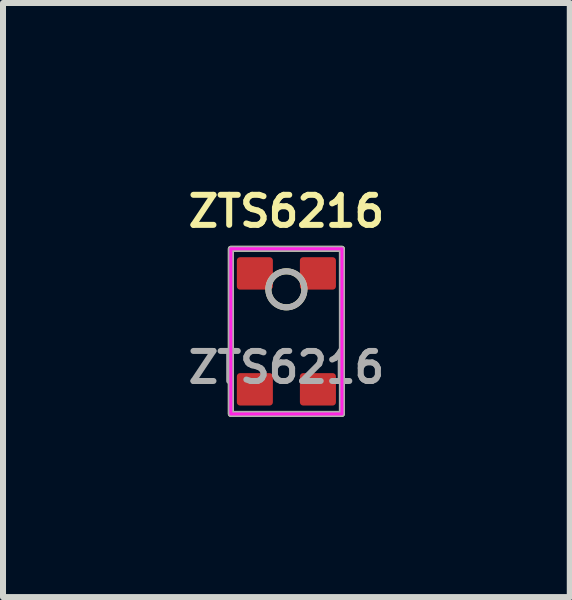
<source format=kicad_pcb>
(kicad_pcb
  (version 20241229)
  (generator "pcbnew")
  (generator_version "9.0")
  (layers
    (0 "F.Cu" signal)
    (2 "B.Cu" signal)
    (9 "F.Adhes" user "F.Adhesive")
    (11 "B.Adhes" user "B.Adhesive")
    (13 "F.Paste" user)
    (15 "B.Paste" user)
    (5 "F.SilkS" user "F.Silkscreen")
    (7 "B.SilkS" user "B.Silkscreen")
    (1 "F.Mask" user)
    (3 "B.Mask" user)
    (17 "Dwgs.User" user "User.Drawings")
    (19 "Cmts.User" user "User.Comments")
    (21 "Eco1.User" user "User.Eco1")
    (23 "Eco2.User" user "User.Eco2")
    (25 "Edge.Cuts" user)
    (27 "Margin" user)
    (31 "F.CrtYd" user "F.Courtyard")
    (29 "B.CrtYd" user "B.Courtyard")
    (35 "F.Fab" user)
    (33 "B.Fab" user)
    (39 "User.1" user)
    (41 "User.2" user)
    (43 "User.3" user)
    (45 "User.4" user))
  (footprint "ZTS6216"
    (layer "F.Cu")
    (at 1.719 2.468)
    (property "Reference" "ZTS6216" (at 0 -2 0) (unlocked yes) (layer "F.SilkS") (effects (font (size 0.5 0.5) (thickness 0.1))))
    (attr smd)
    (fp_rect (start -0.925 -1.375) (end 0.925 1.375) (stroke (width 0.1) (type solid)) (fill no) (layer "F.SilkS"))
    (fp_circle (center 0 -0.7) (end 0 -0.4) (stroke (width 0.1) (type solid)) (fill no) (layer "F.SilkS"))
    (fp_rect (start -0.925 -1.375) (end 0.925 1.375) (stroke (width 0.05) (type solid)) (fill no) (layer "F.CrtYd"))
    (fp_rect (start -0.925 -1.375) (end 0.925 1.375) (stroke (width 0.1) (type solid)) (fill no) (layer "F.Fab"))
    (fp_circle (center 0 -0.7) (end 0 -0.4) (stroke (width 0.1) (type solid)) (fill no) (layer "F.Fab"))
    (fp_text user "${REFERENCE}" (at 0 0.6 0) (unlocked yes) (layer "F.Fab") (effects (font (size 0.5 0.5) (thickness 0.1))))
    (pad "1" smd roundrect (at -0.525 -0.965) (size 0.6 0.54) (layers "F.Cu" "F.Mask" "F.Paste") (roundrect_rratio 0.1))
    (pad "2" smd roundrect (at -0.525 0.965) (size 0.6 0.54) (layers "F.Cu" "F.Mask" "F.Paste") (roundrect_rratio 0.1))
    (pad "3" smd roundrect (at 0.525 0.965) (size 0.6 0.54) (layers "F.Cu" "F.Mask" "F.Paste") (roundrect_rratio 0.1))
    (pad "4" smd roundrect (at 0.525 -0.965) (size 0.6 0.54) (layers "F.Cu" "F.Mask" "F.Paste") (roundrect_rratio 0.1)))
  (gr_rect
    (start -3 -3)
    (end 6.438 6.893)
    (stroke (width 0.1) (type default))
    (fill no)
    (layer "Edge.Cuts")))
</source>
